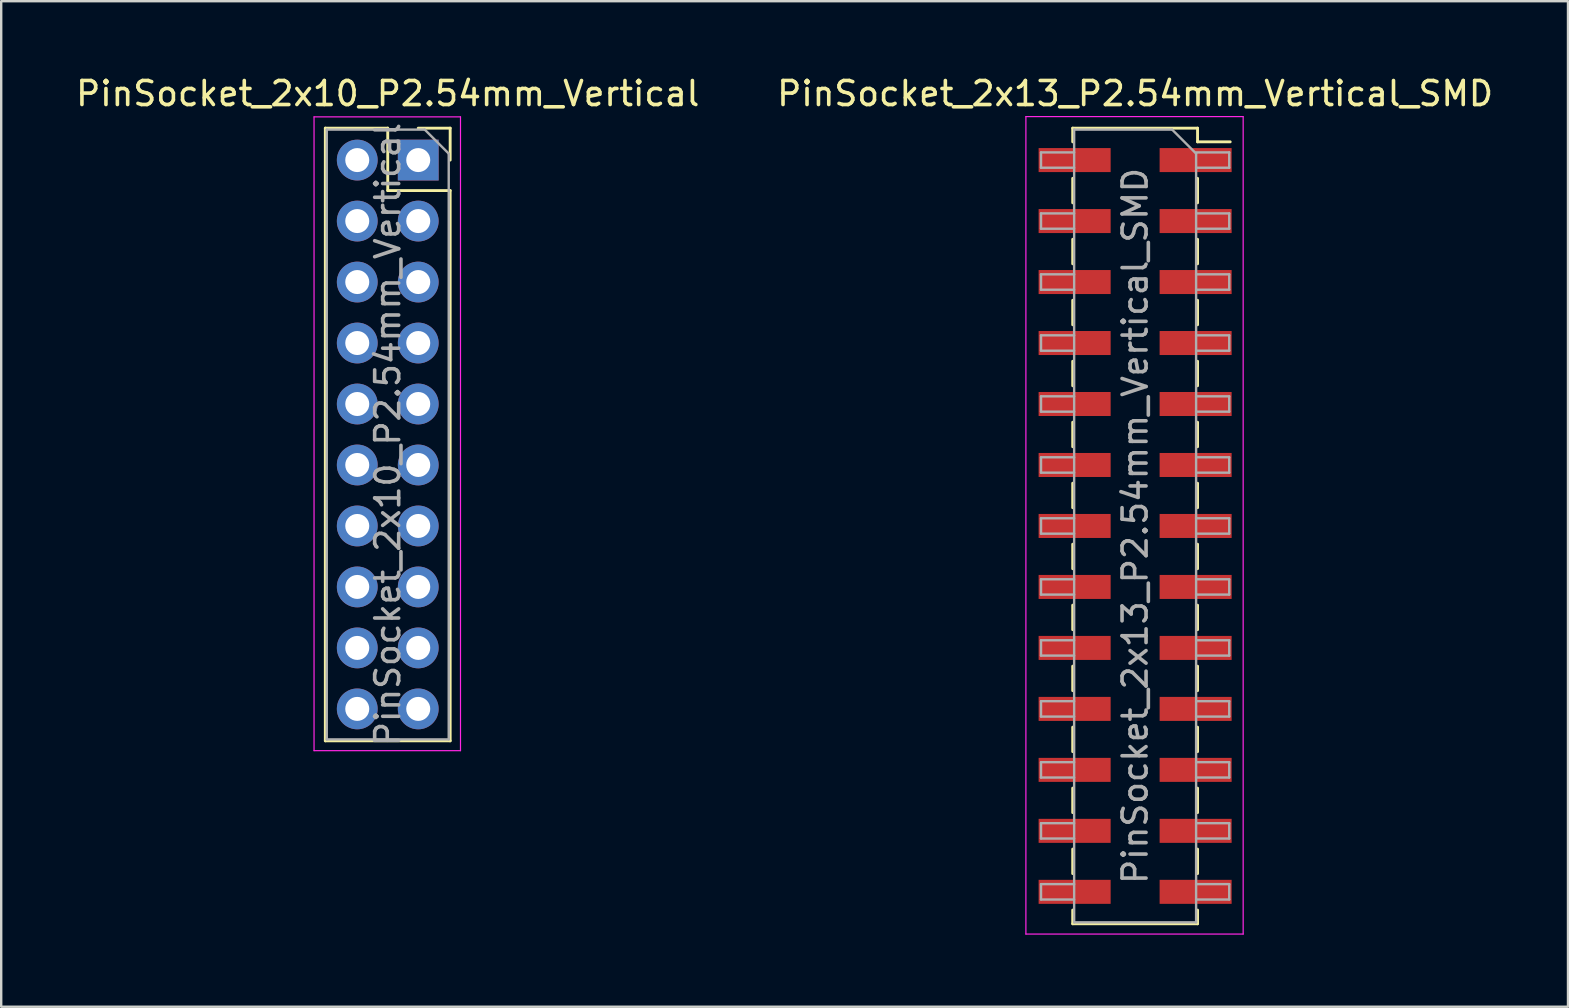
<source format=kicad_pcb>
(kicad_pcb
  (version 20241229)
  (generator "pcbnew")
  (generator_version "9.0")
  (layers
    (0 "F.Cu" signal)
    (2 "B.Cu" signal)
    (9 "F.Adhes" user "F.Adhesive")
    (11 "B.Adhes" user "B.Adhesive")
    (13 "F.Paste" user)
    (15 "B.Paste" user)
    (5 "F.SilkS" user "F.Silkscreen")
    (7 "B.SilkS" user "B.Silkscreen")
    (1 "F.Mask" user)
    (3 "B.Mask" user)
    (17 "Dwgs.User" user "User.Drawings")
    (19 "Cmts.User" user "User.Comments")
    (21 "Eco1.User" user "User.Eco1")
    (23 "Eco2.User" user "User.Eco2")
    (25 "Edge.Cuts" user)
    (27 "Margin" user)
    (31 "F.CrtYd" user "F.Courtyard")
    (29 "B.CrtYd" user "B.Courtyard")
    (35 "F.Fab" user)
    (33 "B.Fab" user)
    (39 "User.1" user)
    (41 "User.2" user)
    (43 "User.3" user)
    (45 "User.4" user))
  (footprint "PinSocket_2x10_P2.54mm_Vertical"
    (layer "F.Cu")
    (at 14.371 3.618)
    (property "Reference" "PinSocket_2x10_P2.54mm_Vertical" (at -1.27 -2.77 0) (layer "F.SilkS") (effects (font (size 1 1) (thickness 0.15))))
    (attr through_hole)
    (fp_line (start -3.87 -1.33) (end -3.87 24.19) (stroke (width 0.12) (type solid)) (layer "F.SilkS"))
    (fp_line (start -3.87 -1.33) (end -1.27 -1.33) (stroke (width 0.12) (type solid)) (layer "F.SilkS"))
    (fp_line (start -3.87 24.19) (end 1.33 24.19) (stroke (width 0.12) (type solid)) (layer "F.SilkS"))
    (fp_line (start -1.27 -1.33) (end -1.27 1.27) (stroke (width 0.12) (type solid)) (layer "F.SilkS"))
    (fp_line (start -1.27 1.27) (end 1.33 1.27) (stroke (width 0.12) (type solid)) (layer "F.SilkS"))
    (fp_line (start 0 -1.33) (end 1.33 -1.33) (stroke (width 0.12) (type solid)) (layer "F.SilkS"))
    (fp_line (start 1.33 -1.33) (end 1.33 0) (stroke (width 0.12) (type solid)) (layer "F.SilkS"))
    (fp_line (start 1.33 1.27) (end 1.33 24.19) (stroke (width 0.12) (type solid)) (layer "F.SilkS"))
    (fp_line (start -4.34 -1.8) (end 1.76 -1.8) (stroke (width 0.05) (type solid)) (layer "F.CrtYd"))
    (fp_line (start -4.34 24.6) (end -4.34 -1.8) (stroke (width 0.05) (type solid)) (layer "F.CrtYd"))
    (fp_line (start 1.76 -1.8) (end 1.76 24.6) (stroke (width 0.05) (type solid)) (layer "F.CrtYd"))
    (fp_line (start 1.76 24.6) (end -4.34 24.6) (stroke (width 0.05) (type solid)) (layer "F.CrtYd"))
    (fp_line (start -3.81 -1.27) (end 0.27 -1.27) (stroke (width 0.1) (type solid)) (layer "F.Fab"))
    (fp_line (start -3.81 24.13) (end -3.81 -1.27) (stroke (width 0.1) (type solid)) (layer "F.Fab"))
    (fp_line (start 0.27 -1.27) (end 1.27 -0.27) (stroke (width 0.1) (type solid)) (layer "F.Fab"))
    (fp_line (start 1.27 -0.27) (end 1.27 24.13) (stroke (width 0.1) (type solid)) (layer "F.Fab"))
    (fp_line (start 1.27 24.13) (end -3.81 24.13) (stroke (width 0.1) (type solid)) (layer "F.Fab"))
    (fp_text user "${REFERENCE}" (at -1.27 11.43 90) (layer "F.Fab") (effects (font (size 1 1) (thickness 0.15))))
    (pad "1" thru_hole rect (at 0 0) (size 1.7 1.7) (drill 1) (layers "*.Cu" "*.Mask"))
    (pad "2" thru_hole oval (at -2.54 0) (size 1.7 1.7) (drill 1) (layers "*.Cu" "*.Mask"))
    (pad "3" thru_hole oval (at 0 2.54) (size 1.7 1.7) (drill 1) (layers "*.Cu" "*.Mask"))
    (pad "4" thru_hole oval (at -2.54 2.54) (size 1.7 1.7) (drill 1) (layers "*.Cu" "*.Mask"))
    (pad "5" thru_hole oval (at 0 5.08) (size 1.7 1.7) (drill 1) (layers "*.Cu" "*.Mask"))
    (pad "6" thru_hole oval (at -2.54 5.08) (size 1.7 1.7) (drill 1) (layers "*.Cu" "*.Mask"))
    (pad "7" thru_hole oval (at 0 7.62) (size 1.7 1.7) (drill 1) (layers "*.Cu" "*.Mask"))
    (pad "8" thru_hole oval (at -2.54 7.62) (size 1.7 1.7) (drill 1) (layers "*.Cu" "*.Mask"))
    (pad "9" thru_hole oval (at 0 10.16) (size 1.7 1.7) (drill 1) (layers "*.Cu" "*.Mask"))
    (pad "10" thru_hole oval (at -2.54 10.16) (size 1.7 1.7) (drill 1) (layers "*.Cu" "*.Mask"))
    (pad "11" thru_hole oval (at 0 12.7) (size 1.7 1.7) (drill 1) (layers "*.Cu" "*.Mask"))
    (pad "12" thru_hole oval (at -2.54 12.7) (size 1.7 1.7) (drill 1) (layers "*.Cu" "*.Mask"))
    (pad "13" thru_hole oval (at 0 15.24) (size 1.7 1.7) (drill 1) (layers "*.Cu" "*.Mask"))
    (pad "14" thru_hole oval (at -2.54 15.24) (size 1.7 1.7) (drill 1) (layers "*.Cu" "*.Mask"))
    (pad "15" thru_hole oval (at 0 17.78) (size 1.7 1.7) (drill 1) (layers "*.Cu" "*.Mask"))
    (pad "16" thru_hole oval (at -2.54 17.78) (size 1.7 1.7) (drill 1) (layers "*.Cu" "*.Mask"))
    (pad "17" thru_hole oval (at 0 20.32) (size 1.7 1.7) (drill 1) (layers "*.Cu" "*.Mask"))
    (pad "18" thru_hole oval (at -2.54 20.32) (size 1.7 1.7) (drill 1) (layers "*.Cu" "*.Mask"))
    (pad "19" thru_hole oval (at 0 22.86) (size 1.7 1.7) (drill 1) (layers "*.Cu" "*.Mask"))
    (pad "20" thru_hole oval (at -2.54 22.86) (size 1.7 1.7) (drill 1) (layers "*.Cu" "*.Mask")))
  (footprint "PinSocket_2x13_P2.54mm_Vertical_SMD"
    (layer "F.Cu")
    (at 44.232 18.858)
    (property "Reference" "PinSocket_2x13_P2.54mm_Vertical_SMD" (at 0 -18.01 0) (layer "F.SilkS") (effects (font (size 1 1) (thickness 0.15))))
    (attr smd)
    (fp_line (start -2.6 -16.57) (end -2.6 -16) (stroke (width 0.12) (type solid)) (layer "F.SilkS"))
    (fp_line (start -2.6 -16.57) (end 2.6 -16.57) (stroke (width 0.12) (type solid)) (layer "F.SilkS"))
    (fp_line (start -2.6 -14.48) (end -2.6 -13.46) (stroke (width 0.12) (type solid)) (layer "F.SilkS"))
    (fp_line (start -2.6 -11.94) (end -2.6 -10.92) (stroke (width 0.12) (type solid)) (layer "F.SilkS"))
    (fp_line (start -2.6 -9.4) (end -2.6 -8.38) (stroke (width 0.12) (type solid)) (layer "F.SilkS"))
    (fp_line (start -2.6 -6.86) (end -2.6 -5.84) (stroke (width 0.12) (type solid)) (layer "F.SilkS"))
    (fp_line (start -2.6 -4.32) (end -2.6 -3.3) (stroke (width 0.12) (type solid)) (layer "F.SilkS"))
    (fp_line (start -2.6 -1.78) (end -2.6 -0.76) (stroke (width 0.12) (type solid)) (layer "F.SilkS"))
    (fp_line (start -2.6 0.76) (end -2.6 1.78) (stroke (width 0.12) (type solid)) (layer "F.SilkS"))
    (fp_line (start -2.6 3.3) (end -2.6 4.32) (stroke (width 0.12) (type solid)) (layer "F.SilkS"))
    (fp_line (start -2.6 5.84) (end -2.6 6.86) (stroke (width 0.12) (type solid)) (layer "F.SilkS"))
    (fp_line (start -2.6 8.38) (end -2.6 9.4) (stroke (width 0.12) (type solid)) (layer "F.SilkS"))
    (fp_line (start -2.6 10.92) (end -2.6 11.94) (stroke (width 0.12) (type solid)) (layer "F.SilkS"))
    (fp_line (start -2.6 13.46) (end -2.6 14.48) (stroke (width 0.12) (type solid)) (layer "F.SilkS"))
    (fp_line (start -2.6 16) (end -2.6 16.57) (stroke (width 0.12) (type solid)) (layer "F.SilkS"))
    (fp_line (start -2.6 16.57) (end 2.6 16.57) (stroke (width 0.12) (type solid)) (layer "F.SilkS"))
    (fp_line (start 2.6 -16.57) (end 2.6 -16) (stroke (width 0.12) (type solid)) (layer "F.SilkS"))
    (fp_line (start 2.6 -16) (end 3.96 -16) (stroke (width 0.12) (type solid)) (layer "F.SilkS"))
    (fp_line (start 2.6 -14.48) (end 2.6 -13.46) (stroke (width 0.12) (type solid)) (layer "F.SilkS"))
    (fp_line (start 2.6 -11.94) (end 2.6 -10.92) (stroke (width 0.12) (type solid)) (layer "F.SilkS"))
    (fp_line (start 2.6 -9.4) (end 2.6 -8.38) (stroke (width 0.12) (type solid)) (layer "F.SilkS"))
    (fp_line (start 2.6 -6.86) (end 2.6 -5.84) (stroke (width 0.12) (type solid)) (layer "F.SilkS"))
    (fp_line (start 2.6 -4.32) (end 2.6 -3.3) (stroke (width 0.12) (type solid)) (layer "F.SilkS"))
    (fp_line (start 2.6 -1.78) (end 2.6 -0.76) (stroke (width 0.12) (type solid)) (layer "F.SilkS"))
    (fp_line (start 2.6 0.76) (end 2.6 1.78) (stroke (width 0.12) (type solid)) (layer "F.SilkS"))
    (fp_line (start 2.6 3.3) (end 2.6 4.32) (stroke (width 0.12) (type solid)) (layer "F.SilkS"))
    (fp_line (start 2.6 5.84) (end 2.6 6.86) (stroke (width 0.12) (type solid)) (layer "F.SilkS"))
    (fp_line (start 2.6 8.38) (end 2.6 9.4) (stroke (width 0.12) (type solid)) (layer "F.SilkS"))
    (fp_line (start 2.6 10.92) (end 2.6 11.94) (stroke (width 0.12) (type solid)) (layer "F.SilkS"))
    (fp_line (start 2.6 13.46) (end 2.6 14.48) (stroke (width 0.12) (type solid)) (layer "F.SilkS"))
    (fp_line (start 2.6 16) (end 2.6 16.57) (stroke (width 0.12) (type solid)) (layer "F.SilkS"))
    (fp_line (start -4.55 -17.05) (end 4.5 -17.05) (stroke (width 0.05) (type solid)) (layer "F.CrtYd"))
    (fp_line (start -4.55 17) (end -4.55 -17.05) (stroke (width 0.05) (type solid)) (layer "F.CrtYd"))
    (fp_line (start 4.5 -17.05) (end 4.5 17) (stroke (width 0.05) (type solid)) (layer "F.CrtYd"))
    (fp_line (start 4.5 17) (end -4.55 17) (stroke (width 0.05) (type solid)) (layer "F.CrtYd"))
    (fp_line (start -3.92 -15.56) (end -2.54 -15.56) (stroke (width 0.1) (type solid)) (layer "F.Fab"))
    (fp_line (start -3.92 -14.92) (end -3.92 -15.56) (stroke (width 0.1) (type solid)) (layer "F.Fab"))
    (fp_line (start -3.92 -13.02) (end -2.54 -13.02) (stroke (width 0.1) (type solid)) (layer "F.Fab"))
    (fp_line (start -3.92 -12.38) (end -3.92 -13.02) (stroke (width 0.1) (type solid)) (layer "F.Fab"))
    (fp_line (start -3.92 -10.48) (end -2.54 -10.48) (stroke (width 0.1) (type solid)) (layer "F.Fab"))
    (fp_line (start -3.92 -9.84) (end -3.92 -10.48) (stroke (width 0.1) (type solid)) (layer "F.Fab"))
    (fp_line (start -3.92 -7.94) (end -2.54 -7.94) (stroke (width 0.1) (type solid)) (layer "F.Fab"))
    (fp_line (start -3.92 -7.3) (end -3.92 -7.94) (stroke (width 0.1) (type solid)) (layer "F.Fab"))
    (fp_line (start -3.92 -5.4) (end -2.54 -5.4) (stroke (width 0.1) (type solid)) (layer "F.Fab"))
    (fp_line (start -3.92 -4.76) (end -3.92 -5.4) (stroke (width 0.1) (type solid)) (layer "F.Fab"))
    (fp_line (start -3.92 -2.86) (end -2.54 -2.86) (stroke (width 0.1) (type solid)) (layer "F.Fab"))
    (fp_line (start -3.92 -2.22) (end -3.92 -2.86) (stroke (width 0.1) (type solid)) (layer "F.Fab"))
    (fp_line (start -3.92 -0.32) (end -2.54 -0.32) (stroke (width 0.1) (type solid)) (layer "F.Fab"))
    (fp_line (start -3.92 0.32) (end -3.92 -0.32) (stroke (width 0.1) (type solid)) (layer "F.Fab"))
    (fp_line (start -3.92 2.22) (end -2.54 2.22) (stroke (width 0.1) (type solid)) (layer "F.Fab"))
    (fp_line (start -3.92 2.86) (end -3.92 2.22) (stroke (width 0.1) (type solid)) (layer "F.Fab"))
    (fp_line (start -3.92 4.76) (end -2.54 4.76) (stroke (width 0.1) (type solid)) (layer "F.Fab"))
    (fp_line (start -3.92 5.4) (end -3.92 4.76) (stroke (width 0.1) (type solid)) (layer "F.Fab"))
    (fp_line (start -3.92 7.3) (end -2.54 7.3) (stroke (width 0.1) (type solid)) (layer "F.Fab"))
    (fp_line (start -3.92 7.94) (end -3.92 7.3) (stroke (width 0.1) (type solid)) (layer "F.Fab"))
    (fp_line (start -3.92 9.84) (end -2.54 9.84) (stroke (width 0.1) (type solid)) (layer "F.Fab"))
    (fp_line (start -3.92 10.48) (end -3.92 9.84) (stroke (width 0.1) (type solid)) (layer "F.Fab"))
    (fp_line (start -3.92 12.38) (end -2.54 12.38) (stroke (width 0.1) (type solid)) (layer "F.Fab"))
    (fp_line (start -3.92 13.02) (end -3.92 12.38) (stroke (width 0.1) (type solid)) (layer "F.Fab"))
    (fp_line (start -3.92 14.92) (end -2.54 14.92) (stroke (width 0.1) (type solid)) (layer "F.Fab"))
    (fp_line (start -3.92 15.56) (end -3.92 14.92) (stroke (width 0.1) (type solid)) (layer "F.Fab"))
    (fp_line (start -2.54 -16.51) (end 1.54 -16.51) (stroke (width 0.1) (type solid)) (layer "F.Fab"))
    (fp_line (start -2.54 -14.92) (end -3.92 -14.92) (stroke (width 0.1) (type solid)) (layer "F.Fab"))
    (fp_line (start -2.54 -12.38) (end -3.92 -12.38) (stroke (width 0.1) (type solid)) (layer "F.Fab"))
    (fp_line (start -2.54 -9.84) (end -3.92 -9.84) (stroke (width 0.1) (type solid)) (layer "F.Fab"))
    (fp_line (start -2.54 -7.3) (end -3.92 -7.3) (stroke (width 0.1) (type solid)) (layer "F.Fab"))
    (fp_line (start -2.54 -4.76) (end -3.92 -4.76) (stroke (width 0.1) (type solid)) (layer "F.Fab"))
    (fp_line (start -2.54 -2.22) (end -3.92 -2.22) (stroke (width 0.1) (type solid)) (layer "F.Fab"))
    (fp_line (start -2.54 0.32) (end -3.92 0.32) (stroke (width 0.1) (type solid)) (layer "F.Fab"))
    (fp_line (start -2.54 2.86) (end -3.92 2.86) (stroke (width 0.1) (type solid)) (layer "F.Fab"))
    (fp_line (start -2.54 5.4) (end -3.92 5.4) (stroke (width 0.1) (type solid)) (layer "F.Fab"))
    (fp_line (start -2.54 7.94) (end -3.92 7.94) (stroke (width 0.1) (type solid)) (layer "F.Fab"))
    (fp_line (start -2.54 10.48) (end -3.92 10.48) (stroke (width 0.1) (type solid)) (layer "F.Fab"))
    (fp_line (start -2.54 13.02) (end -3.92 13.02) (stroke (width 0.1) (type solid)) (layer "F.Fab"))
    (fp_line (start -2.54 15.56) (end -3.92 15.56) (stroke (width 0.1) (type solid)) (layer "F.Fab"))
    (fp_line (start -2.54 16.51) (end -2.54 -16.51) (stroke (width 0.1) (type solid)) (layer "F.Fab"))
    (fp_line (start 1.54 -16.51) (end 2.54 -15.51) (stroke (width 0.1) (type solid)) (layer "F.Fab"))
    (fp_line (start 2.54 -15.56) (end 3.92 -15.56) (stroke (width 0.1) (type solid)) (layer "F.Fab"))
    (fp_line (start 2.54 -15.51) (end 2.54 16.51) (stroke (width 0.1) (type solid)) (layer "F.Fab"))
    (fp_line (start 2.54 -13.02) (end 3.92 -13.02) (stroke (width 0.1) (type solid)) (layer "F.Fab"))
    (fp_line (start 2.54 -10.48) (end 3.92 -10.48) (stroke (width 0.1) (type solid)) (layer "F.Fab"))
    (fp_line (start 2.54 -7.94) (end 3.92 -7.94) (stroke (width 0.1) (type solid)) (layer "F.Fab"))
    (fp_line (start 2.54 -5.4) (end 3.92 -5.4) (stroke (width 0.1) (type solid)) (layer "F.Fab"))
    (fp_line (start 2.54 -2.86) (end 3.92 -2.86) (stroke (width 0.1) (type solid)) (layer "F.Fab"))
    (fp_line (start 2.54 -0.32) (end 3.92 -0.32) (stroke (width 0.1) (type solid)) (layer "F.Fab"))
    (fp_line (start 2.54 2.22) (end 3.92 2.22) (stroke (width 0.1) (type solid)) (layer "F.Fab"))
    (fp_line (start 2.54 4.76) (end 3.92 4.76) (stroke (width 0.1) (type solid)) (layer "F.Fab"))
    (fp_line (start 2.54 7.3) (end 3.92 7.3) (stroke (width 0.1) (type solid)) (layer "F.Fab"))
    (fp_line (start 2.54 9.84) (end 3.92 9.84) (stroke (width 0.1) (type solid)) (layer "F.Fab"))
    (fp_line (start 2.54 12.38) (end 3.92 12.38) (stroke (width 0.1) (type solid)) (layer "F.Fab"))
    (fp_line (start 2.54 14.92) (end 3.92 14.92) (stroke (width 0.1) (type solid)) (layer "F.Fab"))
    (fp_line (start 2.54 16.51) (end -2.54 16.51) (stroke (width 0.1) (type solid)) (layer "F.Fab"))
    (fp_line (start 3.92 -15.56) (end 3.92 -14.92) (stroke (width 0.1) (type solid)) (layer "F.Fab"))
    (fp_line (start 3.92 -14.92) (end 2.54 -14.92) (stroke (width 0.1) (type solid)) (layer "F.Fab"))
    (fp_line (start 3.92 -13.02) (end 3.92 -12.38) (stroke (width 0.1) (type solid)) (layer "F.Fab"))
    (fp_line (start 3.92 -12.38) (end 2.54 -12.38) (stroke (width 0.1) (type solid)) (layer "F.Fab"))
    (fp_line (start 3.92 -10.48) (end 3.92 -9.84) (stroke (width 0.1) (type solid)) (layer "F.Fab"))
    (fp_line (start 3.92 -9.84) (end 2.54 -9.84) (stroke (width 0.1) (type solid)) (layer "F.Fab"))
    (fp_line (start 3.92 -7.94) (end 3.92 -7.3) (stroke (width 0.1) (type solid)) (layer "F.Fab"))
    (fp_line (start 3.92 -7.3) (end 2.54 -7.3) (stroke (width 0.1) (type solid)) (layer "F.Fab"))
    (fp_line (start 3.92 -5.4) (end 3.92 -4.76) (stroke (width 0.1) (type solid)) (layer "F.Fab"))
    (fp_line (start 3.92 -4.76) (end 2.54 -4.76) (stroke (width 0.1) (type solid)) (layer "F.Fab"))
    (fp_line (start 3.92 -2.86) (end 3.92 -2.22) (stroke (width 0.1) (type solid)) (layer "F.Fab"))
    (fp_line (start 3.92 -2.22) (end 2.54 -2.22) (stroke (width 0.1) (type solid)) (layer "F.Fab"))
    (fp_line (start 3.92 -0.32) (end 3.92 0.32) (stroke (width 0.1) (type solid)) (layer "F.Fab"))
    (fp_line (start 3.92 0.32) (end 2.54 0.32) (stroke (width 0.1) (type solid)) (layer "F.Fab"))
    (fp_line (start 3.92 2.22) (end 3.92 2.86) (stroke (width 0.1) (type solid)) (layer "F.Fab"))
    (fp_line (start 3.92 2.86) (end 2.54 2.86) (stroke (width 0.1) (type solid)) (layer "F.Fab"))
    (fp_line (start 3.92 4.76) (end 3.92 5.4) (stroke (width 0.1) (type solid)) (layer "F.Fab"))
    (fp_line (start 3.92 5.4) (end 2.54 5.4) (stroke (width 0.1) (type solid)) (layer "F.Fab"))
    (fp_line (start 3.92 7.3) (end 3.92 7.94) (stroke (width 0.1) (type solid)) (layer "F.Fab"))
    (fp_line (start 3.92 7.94) (end 2.54 7.94) (stroke (width 0.1) (type solid)) (layer "F.Fab"))
    (fp_line (start 3.92 9.84) (end 3.92 10.48) (stroke (width 0.1) (type solid)) (layer "F.Fab"))
    (fp_line (start 3.92 10.48) (end 2.54 10.48) (stroke (width 0.1) (type solid)) (layer "F.Fab"))
    (fp_line (start 3.92 12.38) (end 3.92 13.02) (stroke (width 0.1) (type solid)) (layer "F.Fab"))
    (fp_line (start 3.92 13.02) (end 2.54 13.02) (stroke (width 0.1) (type solid)) (layer "F.Fab"))
    (fp_line (start 3.92 14.92) (end 3.92 15.56) (stroke (width 0.1) (type solid)) (layer "F.Fab"))
    (fp_line (start 3.92 15.56) (end 2.54 15.56) (stroke (width 0.1) (type solid)) (layer "F.Fab"))
    (fp_text user "${REFERENCE}" (at 0 0 90) (layer "F.Fab") (effects (font (size 1 1) (thickness 0.15))))
    (pad "1" smd rect (at 2.52 -15.24) (size 3 1) (layers "F.Cu" "F.Mask" "F.Paste"))
    (pad "2" smd rect (at -2.52 -15.24) (size 3 1) (layers "F.Cu" "F.Mask" "F.Paste"))
    (pad "3" smd rect (at 2.52 -12.7) (size 3 1) (layers "F.Cu" "F.Mask" "F.Paste"))
    (pad "4" smd rect (at -2.52 -12.7) (size 3 1) (layers "F.Cu" "F.Mask" "F.Paste"))
    (pad "5" smd rect (at 2.52 -10.16) (size 3 1) (layers "F.Cu" "F.Mask" "F.Paste"))
    (pad "6" smd rect (at -2.52 -10.16) (size 3 1) (layers "F.Cu" "F.Mask" "F.Paste"))
    (pad "7" smd rect (at 2.52 -7.62) (size 3 1) (layers "F.Cu" "F.Mask" "F.Paste"))
    (pad "8" smd rect (at -2.52 -7.62) (size 3 1) (layers "F.Cu" "F.Mask" "F.Paste"))
    (pad "9" smd rect (at 2.52 -5.08) (size 3 1) (layers "F.Cu" "F.Mask" "F.Paste"))
    (pad "10" smd rect (at -2.52 -5.08) (size 3 1) (layers "F.Cu" "F.Mask" "F.Paste"))
    (pad "11" smd rect (at 2.52 -2.54) (size 3 1) (layers "F.Cu" "F.Mask" "F.Paste"))
    (pad "12" smd rect (at -2.52 -2.54) (size 3 1) (layers "F.Cu" "F.Mask" "F.Paste"))
    (pad "13" smd rect (at 2.52 0) (size 3 1) (layers "F.Cu" "F.Mask" "F.Paste"))
    (pad "14" smd rect (at -2.52 0) (size 3 1) (layers "F.Cu" "F.Mask" "F.Paste"))
    (pad "15" smd rect (at 2.52 2.54) (size 3 1) (layers "F.Cu" "F.Mask" "F.Paste"))
    (pad "16" smd rect (at -2.52 2.54) (size 3 1) (layers "F.Cu" "F.Mask" "F.Paste"))
    (pad "17" smd rect (at 2.52 5.08) (size 3 1) (layers "F.Cu" "F.Mask" "F.Paste"))
    (pad "18" smd rect (at -2.52 5.08) (size 3 1) (layers "F.Cu" "F.Mask" "F.Paste"))
    (pad "19" smd rect (at 2.52 7.62) (size 3 1) (layers "F.Cu" "F.Mask" "F.Paste"))
    (pad "20" smd rect (at -2.52 7.62) (size 3 1) (layers "F.Cu" "F.Mask" "F.Paste"))
    (pad "21" smd rect (at 2.52 10.16) (size 3 1) (layers "F.Cu" "F.Mask" "F.Paste"))
    (pad "22" smd rect (at -2.52 10.16) (size 3 1) (layers "F.Cu" "F.Mask" "F.Paste"))
    (pad "23" smd rect (at 2.52 12.7) (size 3 1) (layers "F.Cu" "F.Mask" "F.Paste"))
    (pad "24" smd rect (at -2.52 12.7) (size 3 1) (layers "F.Cu" "F.Mask" "F.Paste"))
    (pad "25" smd rect (at 2.52 15.24) (size 3 1) (layers "F.Cu" "F.Mask" "F.Paste"))
    (pad "26" smd rect (at -2.52 15.24) (size 3 1) (layers "F.Cu" "F.Mask" "F.Paste")))
  (gr_rect
    (start -3 -3)
    (end 62.262 38.883)
    (stroke (width 0.1) (type default))
    (fill no)
    (layer "Edge.Cuts")))
</source>
